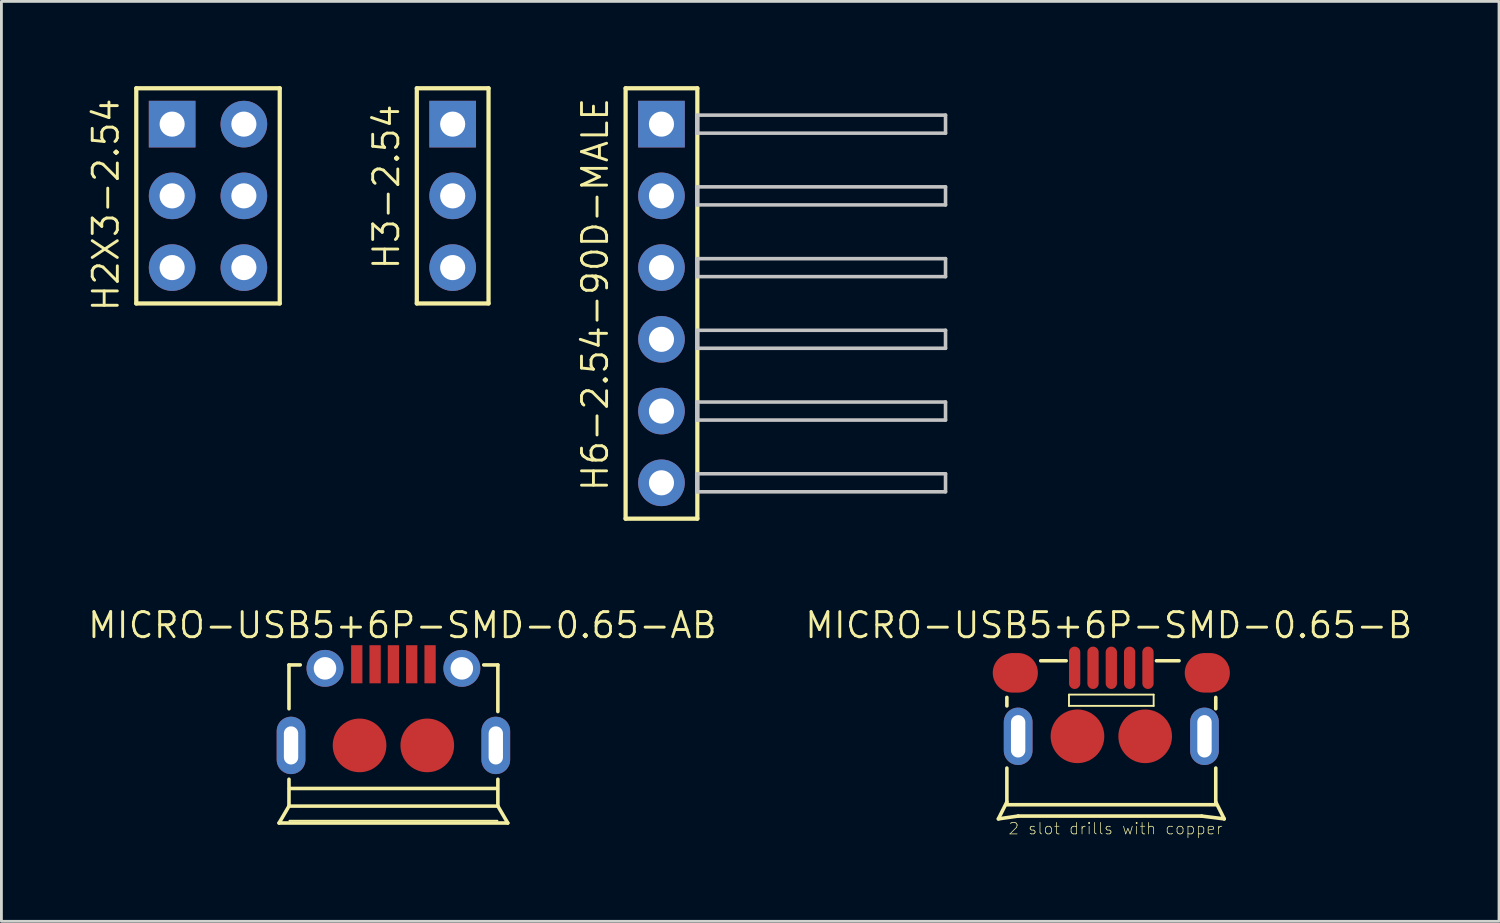
<source format=kicad_pcb>
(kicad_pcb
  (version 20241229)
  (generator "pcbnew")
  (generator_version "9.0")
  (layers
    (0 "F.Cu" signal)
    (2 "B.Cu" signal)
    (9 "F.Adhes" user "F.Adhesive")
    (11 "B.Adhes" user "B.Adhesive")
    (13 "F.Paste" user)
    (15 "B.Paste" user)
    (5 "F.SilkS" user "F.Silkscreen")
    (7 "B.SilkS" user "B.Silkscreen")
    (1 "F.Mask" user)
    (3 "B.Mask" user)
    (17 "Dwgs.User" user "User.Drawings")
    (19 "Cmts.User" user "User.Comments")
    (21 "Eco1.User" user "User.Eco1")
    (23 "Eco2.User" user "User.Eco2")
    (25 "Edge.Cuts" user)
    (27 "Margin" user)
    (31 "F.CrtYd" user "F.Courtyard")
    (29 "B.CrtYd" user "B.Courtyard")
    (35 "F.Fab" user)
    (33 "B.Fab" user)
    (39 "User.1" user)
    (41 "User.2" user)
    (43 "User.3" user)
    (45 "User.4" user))
  (footprint "MICRO-USB5+6P-SMD-0.65-AB"
    (layer "F.Cu")
    (at 10.88 23.343)
    (property "Reference" "MICRO-USB5+6P-SMD-0.65-AB" (at 0.318 -4.255 0) (layer "F.SilkS") (effects (font (size 0.889 0.889) (thickness 0.102))))
    (attr smd)
    (fp_line (start -4.049 2.748) (end -3.698 2.149) (stroke (width 0.127) (type solid)) (layer "F.SilkS"))
    (fp_line (start -3.698 -2.85) (end -3.698 -1.298) (stroke (width 0.127) (type solid)) (layer "F.SilkS"))
    (fp_line (start -3.698 1.199) (end -3.698 2.098) (stroke (width 0.127) (type solid)) (layer "F.SilkS"))
    (fp_line (start -3.698 2.149) (end 3.698 2.149) (stroke (width 0.127) (type solid)) (layer "F.SilkS"))
    (fp_line (start -3.683 1.524) (end 3.683 1.524) (stroke (width 0.127) (type solid)) (layer "F.SilkS"))
    (fp_line (start -3.683 2.667) (end 3.683 2.667) (stroke (width 0.066) (type solid)) (layer "F.SilkS"))
    (fp_line (start -3.299 -2.85) (end -3.698 -2.85) (stroke (width 0.127) (type solid)) (layer "F.SilkS"))
    (fp_line (start 3.198 -2.85) (end 3.698 -2.85) (stroke (width 0.127) (type solid)) (layer "F.SilkS"))
    (fp_line (start 3.698 -2.85) (end 3.698 -1.199) (stroke (width 0.127) (type solid)) (layer "F.SilkS"))
    (fp_line (start 3.698 1.199) (end 3.698 2.098) (stroke (width 0.127) (type solid)) (layer "F.SilkS"))
    (fp_line (start 3.698 2.149) (end 4.049 2.748) (stroke (width 0.127) (type solid)) (layer "F.SilkS"))
    (fp_line (start 4.049 2.748) (end -4.049 2.748) (stroke (width 0.127) (type solid)) (layer "F.SilkS"))
    (pad "1" smd rect (at -1.298 -2.873 90) (size 1.349 0.399) (layers "F.Cu" "F.Mask" "F.Paste"))
    (pad "2" smd rect (at -0.648 -2.873 90) (size 1.349 0.399) (layers "F.Cu" "F.Mask" "F.Paste"))
    (pad "3" smd rect (at 0 -2.873 90) (size 1.349 0.399) (layers "F.Cu" "F.Mask" "F.Paste"))
    (pad "4" smd rect (at 0.648 -2.873 90) (size 1.349 0.399) (layers "F.Cu" "F.Mask" "F.Paste"))
    (pad "5" smd rect (at 1.298 -2.873 90) (size 1.349 0.399) (layers "F.Cu" "F.Mask" "F.Paste"))
    (pad "P1" smd circle (at -1.199 0 90) (size 1.9 1.9) (layers "F.Cu" "F.Mask" "F.Paste"))
    (pad "P2" smd circle (at 1.199 0 90) (size 1.9 1.9) (layers "F.Cu" "F.Mask" "F.Paste"))
    (pad "P3" thru_hole oval (at -3.625 0 180) (size 1.016 2.032) (drill oval 0.508 1.35) (layers "*.Cu" "*.Paste" "*.Mask"))
    (pad "P4" thru_hole oval (at 3.625 0 180) (size 1.016 2.032) (drill oval 0.508 1.35) (layers "*.Cu" "*.Paste" "*.Mask"))
    (pad "P5" thru_hole circle (at -2.423 -2.728 180) (size 1.306 1.306) (drill 0.798) (layers "*.Cu" "*.Paste" "*.Mask"))
    (pad "P6" thru_hole circle (at 2.423 -2.728 180) (size 1.306 1.306) (drill 0.798) (layers "*.Cu" "*.Paste" "*.Mask")))
  (footprint "H3-2.54"
    (layer "F.Cu")
    (at 12.978 3.885)
    (property "Reference" "H3-2.54" (at -2.349 -0.318 90) (layer "F.SilkS") (effects (font (size 0.889 0.889) (thickness 0.102))))
    (attr exclude_from_pos_files exclude_from_bom)
    (fp_line (start -1.27 -3.81) (end 1.27 -3.81) (stroke (width 0.15) (type solid)) (layer "F.SilkS"))
    (fp_line (start -1.27 3.81) (end -1.27 -3.81) (stroke (width 0.15) (type solid)) (layer "F.SilkS"))
    (fp_line (start 1.27 -3.81) (end 1.27 3.81) (stroke (width 0.15) (type solid)) (layer "F.SilkS"))
    (fp_line (start 1.27 3.81) (end -1.27 3.81) (stroke (width 0.15) (type solid)) (layer "F.SilkS"))
    (pad "1" thru_hole rect (at 0 -2.54) (size 1.651 1.651) (drill 0.889) (layers "*.Cu" "*.Paste" "*.Mask"))
    (pad "2" thru_hole circle (at 0 0) (size 1.651 1.651) (drill 0.889) (layers "*.Cu" "*.Paste" "*.Mask"))
    (pad "3" thru_hole circle (at 0 2.54) (size 1.651 1.651) (drill 0.889) (layers "*.Cu" "*.Paste" "*.Mask")))
  (footprint "MICRO-USB5+6P-SMD-0.65-B"
    (layer "F.Cu")
    (at 36.299 20.346)
    (property "Reference" "MICRO-USB5+6P-SMD-0.65-B" (at -0.089 -1.257 0) (layer "F.SilkS") (effects (font (size 0.889 0.889) (thickness 0.102))))
    (attr smd)
    (fp_line (start -3.698 1.598) (end -3.698 1.298) (stroke (width 0.127) (type solid)) (layer "F.SilkS"))
    (fp_line (start -3.698 4.999) (end -3.998 5.598) (stroke (width 0.127) (type solid)) (layer "F.SilkS"))
    (fp_line (start -3.698 4.999) (end -3.698 3.8) (stroke (width 0.127) (type solid)) (layer "F.SilkS"))
    (fp_line (start -3.698 5.098) (end 3.698 5.098) (stroke (width 0.127) (type solid)) (layer "F.SilkS"))
    (fp_line (start -3.299 5.499) (end -3.998 5.598) (stroke (width 0.127) (type solid)) (layer "F.SilkS"))
    (fp_line (start -3.299 5.499) (end 3.198 5.499) (stroke (width 0.127) (type solid)) (layer "F.SilkS"))
    (fp_line (start -1.598 0) (end -2.499 0) (stroke (width 0.127) (type solid)) (layer "F.SilkS"))
    (fp_line (start -1.499 1.199) (end 1.499 1.199) (stroke (width 0.066) (type solid)) (layer "F.SilkS"))
    (fp_line (start -1.499 1.598) (end -1.499 1.199) (stroke (width 0.066) (type solid)) (layer "F.SilkS"))
    (fp_line (start -1.499 1.598) (end 1.499 1.598) (stroke (width 0.066) (type solid)) (layer "F.SilkS"))
    (fp_line (start 1.499 1.598) (end 1.499 1.199) (stroke (width 0.066) (type solid)) (layer "F.SilkS"))
    (fp_line (start 1.598 0) (end 2.398 0) (stroke (width 0.127) (type solid)) (layer "F.SilkS"))
    (fp_line (start 3.198 5.499) (end 3.998 5.598) (stroke (width 0.127) (type solid)) (layer "F.SilkS"))
    (fp_line (start 3.698 1.298) (end 3.698 1.699) (stroke (width 0.127) (type solid)) (layer "F.SilkS"))
    (fp_line (start 3.698 3.8) (end 3.698 4.999) (stroke (width 0.127) (type solid)) (layer "F.SilkS"))
    (fp_line (start 3.698 4.999) (end 3.998 5.598) (stroke (width 0.127) (type solid)) (layer "F.SilkS"))
    (fp_text user "2 slot drills with copper" (at 0.152 5.944 0) (layer "F.SilkS") (effects (font (size 0.406 0.406) (thickness 0.025))))
    (pad "1" smd oval (at -1.298 0.249 180) (size 0.399 1.499) (layers "F.Cu" "F.Mask" "F.Paste"))
    (pad "2" smd oval (at -0.648 0.249 180) (size 0.399 1.499) (layers "F.Cu" "F.Mask" "F.Paste"))
    (pad "3" smd oval (at 0 0.249 180) (size 0.399 1.499) (layers "F.Cu" "F.Mask" "F.Paste"))
    (pad "4" smd oval (at 0.648 0.249 180) (size 0.399 1.499) (layers "F.Cu" "F.Mask" "F.Paste"))
    (pad "5" smd oval (at 1.298 0.249 180) (size 0.399 1.499) (layers "F.Cu" "F.Mask" "F.Paste"))
    (pad "S1" smd oval (at -3.399 0.427 90) (size 1.4 1.598) (layers "F.Cu" "F.Mask" "F.Paste"))
    (pad "S2" thru_hole oval (at -3.299 2.675 180) (size 1.016 2.032) (drill oval 0.508 1.5) (layers "*.Cu" "*.Paste" "*.Mask"))
    (pad "S3" smd circle (at -1.199 2.675) (size 1.9 1.9) (layers "F.Cu" "F.Mask" "F.Paste"))
    (pad "S4" smd circle (at 1.199 2.675) (size 1.9 1.9) (layers "F.Cu" "F.Mask" "F.Paste"))
    (pad "S5" thru_hole oval (at 3.299 2.675 180) (size 1.016 2.032) (drill oval 0.508 1.5) (layers "*.Cu" "*.Paste" "*.Mask"))
    (pad "S6" smd oval (at 3.399 0.427 90) (size 1.4 1.598) (layers "F.Cu" "F.Mask" "F.Paste")))
  (footprint "H2X3-2.54"
    (layer "F.Cu")
    (at 4.315 3.885)
    (property "Reference" "H2X3-2.54" (at -3.617 0.318 90) (layer "F.SilkS") (effects (font (size 0.889 0.889) (thickness 0.102))))
    (attr exclude_from_pos_files exclude_from_bom)
    (fp_line (start -2.54 -3.81) (end 2.54 -3.81) (stroke (width 0.15) (type solid)) (layer "F.SilkS"))
    (fp_line (start -2.54 3.81) (end -2.54 -3.81) (stroke (width 0.15) (type solid)) (layer "F.SilkS"))
    (fp_line (start 2.54 -3.81) (end 2.54 3.81) (stroke (width 0.15) (type solid)) (layer "F.SilkS"))
    (fp_line (start 2.54 3.81) (end -2.54 3.81) (stroke (width 0.15) (type solid)) (layer "F.SilkS"))
    (pad "1" thru_hole rect (at -1.27 -2.54) (size 1.651 1.651) (drill 0.889) (layers "*.Cu" "*.Paste" "*.Mask"))
    (pad "2" thru_hole circle (at -1.27 0) (size 1.651 1.651) (drill 0.889) (layers "*.Cu" "*.Paste" "*.Mask"))
    (pad "3" thru_hole circle (at -1.27 2.54) (size 1.651 1.651) (drill 0.889) (layers "*.Cu" "*.Paste" "*.Mask"))
    (pad "4" thru_hole circle (at 1.27 2.54) (size 1.651 1.651) (drill 0.889) (layers "*.Cu" "*.Paste" "*.Mask"))
    (pad "5" thru_hole circle (at 1.27 0) (size 1.651 1.651) (drill 0.889) (layers "*.Cu" "*.Paste" "*.Mask"))
    (pad "6" thru_hole circle (at 1.27 -2.54) (size 1.651 1.651) (drill 0.889) (layers "*.Cu" "*.Paste" "*.Mask")))
  (footprint "H6-2.54-90D-MALE"
    (layer "F.Cu")
    (at 20.371 7.695)
    (property "Reference" "H6-2.54-90D-MALE" (at -2.349 -0.318 90) (layer "F.SilkS") (effects (font (size 0.889 0.889) (thickness 0.102))))
    (attr exclude_from_pos_files exclude_from_bom)
    (fp_line (start -1.27 -7.62) (end 1.27 -7.62) (stroke (width 0.15) (type solid)) (layer "F.SilkS"))
    (fp_line (start -1.27 7.62) (end -1.27 -7.62) (stroke (width 0.15) (type solid)) (layer "F.SilkS"))
    (fp_line (start 1.27 -7.62) (end 1.27 7.62) (stroke (width 0.15) (type solid)) (layer "F.SilkS"))
    (fp_line (start 1.27 7.62) (end -1.27 7.62) (stroke (width 0.15) (type solid)) (layer "F.SilkS"))
    (fp_line (start 1.27 -6.668) (end 1.27 -6.03) (stroke (width 0.127) (type solid)) (layer "Dwgs.User"))
    (fp_line (start 1.27 -6.03) (end 10.058 -6.03) (stroke (width 0.127) (type solid)) (layer "Dwgs.User"))
    (fp_line (start 1.27 -4.128) (end 1.27 -3.49) (stroke (width 0.127) (type solid)) (layer "Dwgs.User"))
    (fp_line (start 1.27 -3.49) (end 10.058 -3.49) (stroke (width 0.127) (type solid)) (layer "Dwgs.User"))
    (fp_line (start 1.27 -1.587) (end 1.27 -0.95) (stroke (width 0.127) (type solid)) (layer "Dwgs.User"))
    (fp_line (start 1.27 -0.95) (end 10.058 -0.95) (stroke (width 0.127) (type solid)) (layer "Dwgs.User"))
    (fp_line (start 1.27 0.95) (end 1.27 1.587) (stroke (width 0.127) (type solid)) (layer "Dwgs.User"))
    (fp_line (start 1.27 1.587) (end 10.058 1.587) (stroke (width 0.127) (type solid)) (layer "Dwgs.User"))
    (fp_line (start 1.27 3.49) (end 1.27 4.128) (stroke (width 0.127) (type solid)) (layer "Dwgs.User"))
    (fp_line (start 1.27 4.128) (end 10.058 4.128) (stroke (width 0.127) (type solid)) (layer "Dwgs.User"))
    (fp_line (start 1.27 6.03) (end 1.27 6.668) (stroke (width 0.127) (type solid)) (layer "Dwgs.User"))
    (fp_line (start 1.27 6.668) (end 10.058 6.668) (stroke (width 0.127) (type solid)) (layer "Dwgs.User"))
    (fp_line (start 10.058 -6.668) (end 1.27 -6.668) (stroke (width 0.127) (type solid)) (layer "Dwgs.User"))
    (fp_line (start 10.058 -6.668) (end 10.058 -6.03) (stroke (width 0.127) (type solid)) (layer "Dwgs.User"))
    (fp_line (start 10.058 -4.128) (end 1.27 -4.128) (stroke (width 0.127) (type solid)) (layer "Dwgs.User"))
    (fp_line (start 10.058 -4.128) (end 10.058 -3.49) (stroke (width 0.127) (type solid)) (layer "Dwgs.User"))
    (fp_line (start 10.058 -1.587) (end 1.27 -1.587) (stroke (width 0.127) (type solid)) (layer "Dwgs.User"))
    (fp_line (start 10.058 -1.587) (end 10.058 -0.95) (stroke (width 0.127) (type solid)) (layer "Dwgs.User"))
    (fp_line (start 10.058 0.95) (end 1.27 0.95) (stroke (width 0.127) (type solid)) (layer "Dwgs.User"))
    (fp_line (start 10.058 0.95) (end 10.058 1.587) (stroke (width 0.127) (type solid)) (layer "Dwgs.User"))
    (fp_line (start 10.058 3.49) (end 1.27 3.49) (stroke (width 0.127) (type solid)) (layer "Dwgs.User"))
    (fp_line (start 10.058 3.49) (end 10.058 4.128) (stroke (width 0.127) (type solid)) (layer "Dwgs.User"))
    (fp_line (start 10.058 6.03) (end 1.27 6.03) (stroke (width 0.127) (type solid)) (layer "Dwgs.User"))
    (fp_line (start 10.058 6.03) (end 10.058 6.668) (stroke (width 0.127) (type solid)) (layer "Dwgs.User"))
    (pad "1" thru_hole rect (at 0 -6.35) (size 1.651 1.651) (drill 0.889) (layers "*.Cu" "*.Paste" "*.Mask"))
    (pad "2" thru_hole circle (at 0 -3.81) (size 1.651 1.651) (drill 0.889) (layers "*.Cu" "*.Paste" "*.Mask"))
    (pad "3" thru_hole circle (at 0 -1.27) (size 1.651 1.651) (drill 0.889) (layers "*.Cu" "*.Paste" "*.Mask"))
    (pad "4" thru_hole circle (at 0 1.27) (size 1.651 1.651) (drill 0.889) (layers "*.Cu" "*.Paste" "*.Mask"))
    (pad "5" thru_hole circle (at 0 3.81) (size 1.651 1.651) (drill 0.889) (layers "*.Cu" "*.Paste" "*.Mask"))
    (pad "6" thru_hole circle (at 0 6.35) (size 1.651 1.651) (drill 0.889) (layers "*.Cu" "*.Paste" "*.Mask")))
  (gr_rect
    (start -3 -3)
    (end 50.027 29.572)
    (stroke (width 0.1) (type default))
    (fill no)
    (layer "Edge.Cuts")))
</source>
